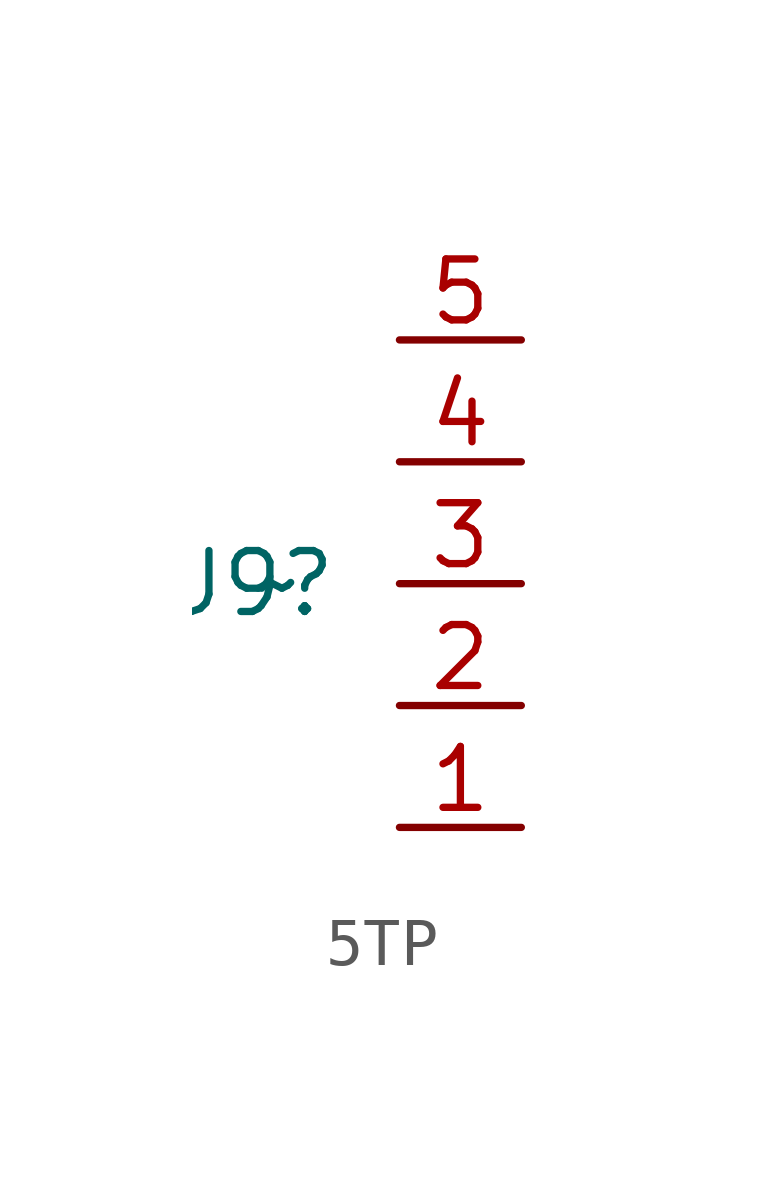
<source format=kicad_sym>
(kicad_symbol_lib
  (version 20220914)
  (generator kicad_symbol_editor)
  (symbol "5TP"
    (property "Reference" "J9"
      (at 1.27 0 0)
      (effects (font (size 1.27 1.27)) (justify right)))
    (property "Value" "~"
      (at 0 0 0)
      (effects (font (size 1.27 1.27))))
    (symbol "5TP_1_1"
      (pin bidirectional line (at 5.08 -5.08 180) (length 2.54) (name "" (effects (font (size 1.27 1.27)))) (number "1" (effects (font (size 1.27 1.27)))))
      (pin bidirectional line (at 5.08 -2.54 180) (length 2.54) (name "" (effects (font (size 1.27 1.27)))) (number "2" (effects (font (size 1.27 1.27)))))
      (pin bidirectional line (at 5.08 0 180) (length 2.54) (name "" (effects (font (size 1.27 1.27)))) (number "3" (effects (font (size 1.27 1.27)))))
      (pin bidirectional line (at 5.08 2.54 180) (length 2.54) (name "" (effects (font (size 1.27 1.27)))) (number "4" (effects (font (size 1.27 1.27)))))
      (pin bidirectional line (at 5.08 5.08 180) (length 2.54) (name "" (effects (font (size 1.27 1.27)))) (number "5" (effects (font (size 1.27 1.27))))))))
</source>
